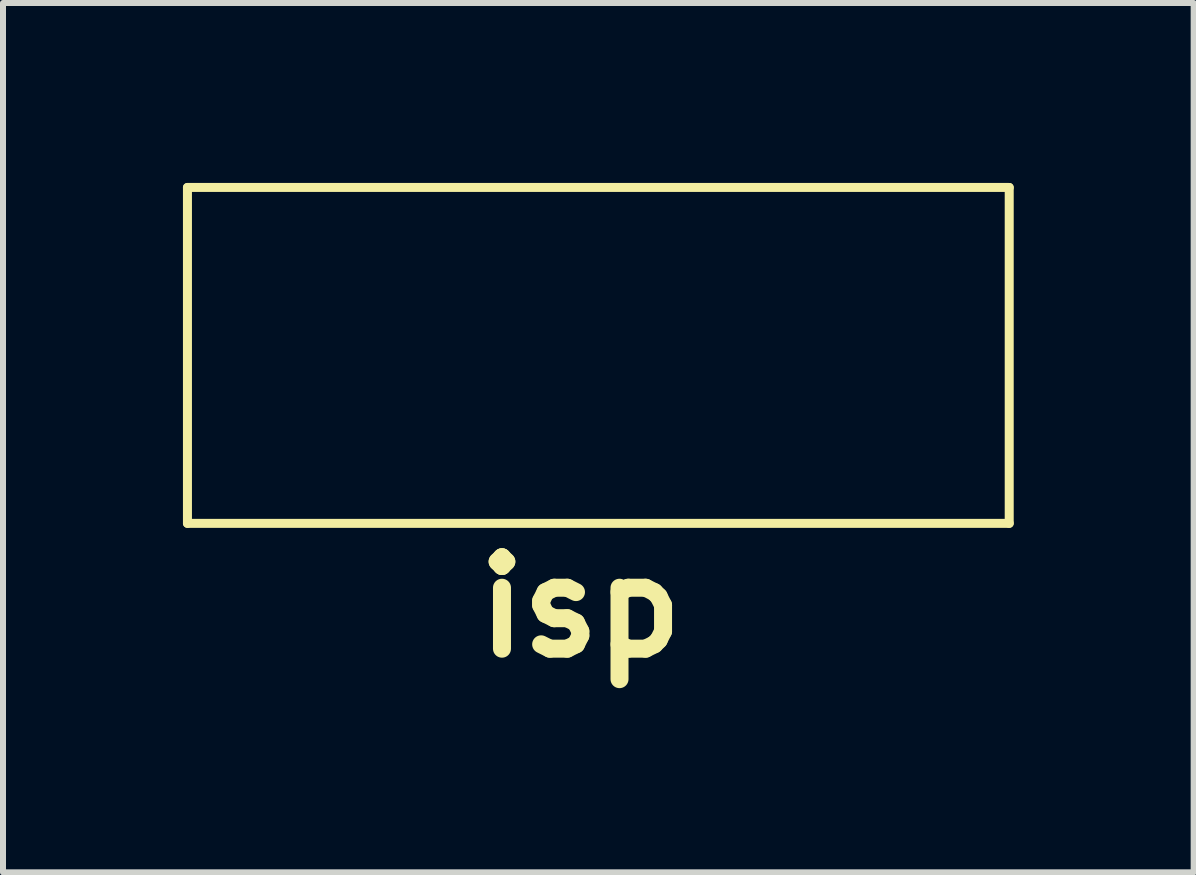
<source format=kicad_pcb>
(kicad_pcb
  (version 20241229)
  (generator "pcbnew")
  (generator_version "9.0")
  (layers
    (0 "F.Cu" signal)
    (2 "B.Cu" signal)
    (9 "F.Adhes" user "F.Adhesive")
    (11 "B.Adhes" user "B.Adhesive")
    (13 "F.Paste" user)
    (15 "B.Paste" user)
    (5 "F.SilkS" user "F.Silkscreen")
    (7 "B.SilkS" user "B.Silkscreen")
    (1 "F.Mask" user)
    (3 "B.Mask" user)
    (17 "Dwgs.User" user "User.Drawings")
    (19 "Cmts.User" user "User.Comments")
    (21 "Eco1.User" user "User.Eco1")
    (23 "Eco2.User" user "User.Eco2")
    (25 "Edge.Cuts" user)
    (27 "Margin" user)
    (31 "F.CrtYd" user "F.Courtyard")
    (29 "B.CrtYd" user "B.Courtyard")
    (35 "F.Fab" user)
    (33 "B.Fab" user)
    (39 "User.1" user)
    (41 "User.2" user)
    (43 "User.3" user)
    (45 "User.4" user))
  (footprint "isp"
    (layer "F.Cu")
    (at 6.575 3.525)
    (property "Reference" "isp" (at 0.05 3.55 0) (layer "F.SilkS") (effects (font (size 1.524 1.524) (thickness 0.3))))
    (attr through_hole)
    (fp_poly (pts (xy 1.48 -0.398) (xy 0.464 -0.398) (xy 0.464 -0.652) (xy 1.48 -0.652) (xy 1.48 -0.398)) (stroke (width 0.01) (type solid)) (fill yes) (layer "F.Mask"))
    (fp_poly (pts (xy 3.478 -2.572) (xy 2.462 -2.572) (xy 2.462 -2.826) (xy 3.478 -2.826) (xy 3.478 -2.572)) (stroke (width 0.01) (type solid)) (fill yes) (layer "F.Mask"))
    (fp_poly (pts (xy -3.046 -2.356) (xy -2.227 -2.356) (xy -2.227 -2.073) (xy -3.046 -2.073) (xy -3.046 -1.735) (xy -3.243 -1.735) (xy -3.243 -2.694) (xy -3.046 -2.694) (xy -3.046 -2.356)) (stroke (width 0.01) (type solid)) (fill yes) (layer "F.Mask"))
    (fp_poly (pts (xy 5.553 -1.395) (xy 5.21 -1.214) (xy 4.868 -1.034) (xy 5.21 -1.026) (xy 5.553 -1.018) (xy 5.553 -0.766) (xy 4.509 -0.766) (xy 4.51 -0.914) (xy 4.51 -1.063) (xy 4.855 -1.246) (xy 5.201 -1.429) (xy 4.855 -1.437) (xy 4.509 -1.445) (xy 4.509 -1.698) (xy 5.553 -1.698) (xy 5.553 -1.395)) (stroke (width 0.01) (type solid)) (fill yes) (layer "F.Mask"))
    (fp_poly (pts (xy -0.352 -2.49) (xy -0.555 -2.285) (xy -0.759 -2.08) (xy -0.352 -2.08) (xy -0.352 -1.826) (xy -1.396 -1.826) (xy -1.396 -2.08) (xy -1.016 -2.08) (xy -1.206 -2.271) (xy -1.294 -2.361) (xy -1.349 -2.424) (xy -1.38 -2.475) (xy -1.393 -2.527) (xy -1.396 -2.593) (xy -1.396 -2.617) (xy -1.396 -2.771) (xy -0.903 -2.278) (xy -0.352 -2.827) (xy -0.352 -2.49)) (stroke (width 0.01) (type solid)) (fill yes) (layer "F.Mask"))
    (fp_poly (pts (xy -5.06 -0.643) (xy -4.984 -0.617) (xy -4.872 -0.577) (xy -4.734 -0.527) (xy -4.59 -0.473) (xy -4.11 -0.295) (xy -4.102 -0.128) (xy -4.095 0.038) (xy -5.112 0.411) (xy -5.112 0.143) (xy -4.784 0.026) (xy -4.654 -0.021) (xy -4.541 -0.062) (xy -4.458 -0.095) (xy -4.415 -0.113) (xy -4.415 -0.113) (xy -4.419 -0.131) (xy -4.475 -0.163) (xy -4.583 -0.208) (xy -4.736 -0.263) (xy -5.098 -0.391) (xy -5.107 -0.522) (xy -5.107 -0.599) (xy -5.099 -0.646) (xy -5.093 -0.653) (xy -5.06 -0.643)) (stroke (width 0.01) (type solid)) (fill yes) (layer "F.Mask"))
    (fp_poly (pts (xy 3.478 0.164) (xy 2.786 0.18) (xy 3.026 0.281) (xy 3.139 0.33) (xy 3.209 0.365) (xy 3.247 0.395) (xy 3.263 0.428) (xy 3.266 0.472) (xy 3.266 0.478) (xy 3.264 0.524) (xy 3.25 0.558) (xy 3.214 0.588) (xy 3.147 0.622) (xy 3.039 0.669) (xy 3.03 0.673) (xy 2.795 0.773) (xy 3.478 0.789) (xy 3.478 1.041) (xy 2.462 1.041) (xy 2.462 0.709) (xy 2.737 0.595) (xy 3.012 0.481) (xy 2.885 0.426) (xy 2.782 0.381) (xy 2.663 0.33) (xy 2.61 0.308) (xy 2.462 0.244) (xy 2.462 -0.088) (xy 3.478 -0.088) (xy 3.478 0.164)) (stroke (width 0.01) (type solid)) (fill yes) (layer "F.Mask"))
    (fp_poly (pts (xy 1.48 0.136) (xy 1.139 0.144) (xy 0.797 0.152) (xy 1.033 0.252) (xy 1.144 0.3) (xy 1.214 0.335) (xy 1.251 0.365) (xy 1.266 0.398) (xy 1.269 0.443) (xy 1.269 0.448) (xy 1.267 0.495) (xy 1.253 0.529) (xy 1.219 0.559) (xy 1.154 0.592) (xy 1.048 0.637) (xy 1.029 0.645) (xy 0.789 0.745) (xy 1.135 0.752) (xy 1.48 0.76) (xy 1.48 1.013) (xy 0.464 1.013) (xy 0.464 0.682) (xy 0.718 0.575) (xy 0.827 0.528) (xy 0.912 0.487) (xy 0.963 0.458) (xy 0.972 0.448) (xy 0.948 0.429) (xy 0.883 0.395) (xy 0.787 0.351) (xy 0.718 0.321) (xy 0.464 0.215) (xy 0.464 -0.116) (xy 1.48 -0.116) (xy 1.48 0.136)) (stroke (width 0.01) (type solid)) (fill yes) (layer "F.Mask"))
    (fp_poly (pts (xy -4.902 -1.515) (xy -4.94 -1.37) (xy -4.929 -1.241) (xy -4.874 -1.136) (xy -4.777 -1.062) (xy -4.653 -1.028) (xy -4.503 -1.031) (xy -4.386 -1.078) (xy -4.307 -1.164) (xy -4.269 -1.288) (xy -4.266 -1.345) (xy -4.278 -1.441) (xy -4.309 -1.53) (xy -4.309 -1.53) (xy -4.352 -1.613) (xy -4.243 -1.613) (xy -4.171 -1.608) (xy -4.132 -1.584) (xy -4.107 -1.524) (xy -4.101 -1.504) (xy -4.068 -1.316) (xy -4.084 -1.145) (xy -4.143 -0.997) (xy -4.239 -0.877) (xy -4.367 -0.792) (xy -4.52 -0.747) (xy -4.695 -0.748) (xy -4.795 -0.77) (xy -4.917 -0.832) (xy -5.018 -0.938) (xy -5.091 -1.073) (xy -5.131 -1.227) (xy -5.13 -1.387) (xy -5.129 -1.393) (xy -5.104 -1.507) (xy -5.069 -1.575) (xy -5.016 -1.607) (xy -4.957 -1.613) (xy -4.861 -1.613) (xy -4.902 -1.515)) (stroke (width 0.01) (type solid)) (fill yes) (layer "F.Mask"))
    (fp_poly (pts (xy 5.229 -2.884) (xy 5.3 -2.848) (xy 5.397 -2.768) (xy 5.467 -2.676) (xy 5.514 -2.561) (xy 5.541 -2.412) (xy 5.551 -2.221) (xy 5.552 -2.17) (xy 5.553 -1.952) (xy 4.501 -1.952) (xy 4.517 -2.245) (xy 4.521 -2.293) (xy 4.714 -2.293) (xy 4.719 -2.237) (xy 4.722 -2.232) (xy 4.758 -2.22) (xy 4.842 -2.212) (xy 4.966 -2.21) (xy 5.041 -2.212) (xy 5.342 -2.22) (xy 5.339 -2.337) (xy 5.316 -2.471) (xy 5.25 -2.568) (xy 5.145 -2.625) (xy 5.138 -2.627) (xy 5.022 -2.64) (xy 4.909 -2.622) (xy 4.818 -2.576) (xy 4.78 -2.536) (xy 4.749 -2.465) (xy 4.725 -2.377) (xy 4.714 -2.293) (xy 4.521 -2.293) (xy 4.533 -2.432) (xy 4.559 -2.574) (xy 4.599 -2.68) (xy 4.654 -2.761) (xy 4.682 -2.789) (xy 4.799 -2.864) (xy 4.942 -2.906) (xy 5.091 -2.913) (xy 5.229 -2.884)) (stroke (width 0.01) (type solid)) (fill yes) (layer "F.Mask"))
    (fp_poly (pts (xy -4.179 -2.65) (xy -4.138 -2.617) (xy -4.109 -2.559) (xy -4.07 -2.402) (xy -4.077 -2.237) (xy -4.124 -2.08) (xy -4.209 -1.945) (xy -4.276 -1.882) (xy -4.4 -1.819) (xy -4.549 -1.789) (xy -4.705 -1.793) (xy -4.846 -1.834) (xy -4.846 -1.834) (xy -4.981 -1.926) (xy -5.076 -2.055) (xy -5.127 -2.214) (xy -5.132 -2.396) (xy -5.131 -2.409) (xy -5.11 -2.532) (xy -5.077 -2.609) (xy -5.026 -2.647) (xy -4.956 -2.657) (xy -4.891 -2.656) (xy -4.865 -2.644) (xy -4.871 -2.607) (xy -4.901 -2.534) (xy -4.939 -2.395) (xy -4.928 -2.272) (xy -4.903 -2.21) (xy -4.835 -2.128) (xy -4.729 -2.081) (xy -4.581 -2.064) (xy -4.573 -2.064) (xy -4.477 -2.07) (xy -4.41 -2.095) (xy -4.348 -2.147) (xy -4.283 -2.25) (xy -4.264 -2.379) (xy -4.293 -2.524) (xy -4.306 -2.559) (xy -4.347 -2.657) (xy -4.249 -2.657) (xy -4.179 -2.65)) (stroke (width 0.01) (type solid)) (fill yes) (layer "F.Mask"))
    (fp_poly (pts (xy -0.448 -1.594) (xy -0.408 -1.567) (xy -0.383 -1.511) (xy -0.353 -1.365) (xy -0.355 -1.203) (xy -0.386 -1.051) (xy -0.417 -0.978) (xy -0.51 -0.858) (xy -0.637 -0.775) (xy -0.787 -0.73) (xy -0.948 -0.729) (xy -1.108 -0.772) (xy -1.135 -0.785) (xy -1.263 -0.878) (xy -1.349 -1.007) (xy -1.391 -1.17) (xy -1.396 -1.253) (xy -1.391 -1.362) (xy -1.377 -1.462) (xy -1.365 -1.511) (xy -1.335 -1.572) (xy -1.29 -1.597) (xy -1.235 -1.6) (xy -1.17 -1.596) (xy -1.15 -1.578) (xy -1.156 -1.551) (xy -1.205 -1.386) (xy -1.207 -1.246) (xy -1.165 -1.135) (xy -1.08 -1.056) (xy -0.956 -1.014) (xy -0.872 -1.007) (xy -0.771 -1.013) (xy -0.7 -1.035) (xy -0.635 -1.082) (xy -0.632 -1.085) (xy -0.576 -1.145) (xy -0.55 -1.208) (xy -0.544 -1.297) (xy -0.554 -1.398) (xy -0.577 -1.491) (xy -0.587 -1.515) (xy -0.629 -1.6) (xy -0.521 -1.6) (xy -0.448 -1.594)) (stroke (width 0.01) (type solid)) (fill yes) (layer "F.Mask"))
    (fp_poly (pts (xy -2.227 -0.409) (xy -2.397 -0.323) (xy -2.519 -0.251) (xy -2.586 -0.183) (xy -2.596 -0.163) (xy -2.616 -0.091) (xy -2.603 -0.046) (xy -2.551 -0.022) (xy -2.452 -0.014) (xy -2.411 -0.013) (xy -2.227 -0.013) (xy -2.227 0.241) (xy -3.248 0.241) (xy -3.238 -0.081) (xy -3.237 -0.119) (xy -3.046 -0.119) (xy -3.046 -0.01) (xy -2.926 -0.019) (xy -2.849 -0.028) (xy -2.812 -0.05) (xy -2.798 -0.095) (xy -2.797 -0.103) (xy -2.804 -0.198) (xy -2.844 -0.266) (xy -2.907 -0.295) (xy -2.914 -0.295) (xy -2.99 -0.276) (xy -3.033 -0.216) (xy -3.046 -0.119) (xy -3.237 -0.119) (xy -3.233 -0.223) (xy -3.226 -0.32) (xy -3.215 -0.385) (xy -3.197 -0.43) (xy -3.17 -0.466) (xy -3.161 -0.477) (xy -3.068 -0.538) (xy -2.958 -0.554) (xy -2.849 -0.527) (xy -2.766 -0.467) (xy -2.715 -0.417) (xy -2.687 -0.404) (xy -2.664 -0.426) (xy -2.656 -0.439) (xy -2.615 -0.477) (xy -2.539 -0.528) (xy -2.442 -0.583) (xy -2.425 -0.592) (xy -2.227 -0.691) (xy -2.227 -0.409)) (stroke (width 0.01) (type solid)) (fill yes) (layer "F.Mask"))
    (fp_poly (pts (xy 1.165 -2.897) (xy 1.312 -2.831) (xy 1.422 -2.725) (xy 1.479 -2.619) (xy 1.502 -2.508) (xy 1.507 -2.374) (xy 1.492 -2.243) (xy 1.47 -2.168) (xy 1.386 -2.039) (xy 1.264 -1.943) (xy 1.116 -1.886) (xy 0.952 -1.871) (xy 0.783 -1.901) (xy 0.766 -1.907) (xy 0.627 -1.977) (xy 0.531 -2.078) (xy 0.474 -2.213) (xy 0.454 -2.388) (xy 0.453 -2.406) (xy 0.455 -2.443) (xy 0.643 -2.443) (xy 0.645 -2.345) (xy 0.694 -2.254) (xy 0.754 -2.202) (xy 0.861 -2.162) (xy 0.987 -2.151) (xy 1.113 -2.168) (xy 1.216 -2.213) (xy 1.24 -2.233) (xy 1.3 -2.323) (xy 1.312 -2.427) (xy 1.278 -2.526) (xy 1.241 -2.571) (xy 1.148 -2.625) (xy 1.027 -2.65) (xy 0.898 -2.646) (xy 0.782 -2.611) (xy 0.777 -2.608) (xy 0.687 -2.535) (xy 0.643 -2.443) (xy 0.455 -2.443) (xy 0.457 -2.521) (xy 0.474 -2.604) (xy 0.509 -2.677) (xy 0.527 -2.705) (xy 0.633 -2.821) (xy 0.771 -2.892) (xy 0.943 -2.92) (xy 0.987 -2.921) (xy 1.165 -2.897)) (stroke (width 0.01) (type solid)) (fill yes) (layer "F.Mask"))
    (fp_poly (pts (xy 3.219 -1.305) (xy 3.349 -1.218) (xy 3.443 -1.094) (xy 3.496 -0.937) (xy 3.506 -0.825) (xy 3.484 -0.645) (xy 3.419 -0.501) (xy 3.309 -0.391) (xy 3.249 -0.355) (xy 3.145 -0.32) (xy 3.014 -0.302) (xy 2.884 -0.302) (xy 2.804 -0.317) (xy 2.65 -0.385) (xy 2.542 -0.486) (xy 2.475 -0.622) (xy 2.453 -0.776) (xy 2.636 -0.776) (xy 2.68 -0.682) (xy 2.773 -0.611) (xy 2.781 -0.607) (xy 2.889 -0.579) (xy 3.013 -0.578) (xy 3.133 -0.6) (xy 3.226 -0.643) (xy 3.241 -0.656) (xy 3.298 -0.744) (xy 3.309 -0.847) (xy 3.274 -0.946) (xy 3.236 -0.993) (xy 3.188 -1.031) (xy 3.133 -1.051) (xy 3.054 -1.06) (xy 2.965 -1.062) (xy 2.858 -1.06) (xy 2.791 -1.05) (xy 2.745 -1.028) (xy 2.705 -0.989) (xy 2.699 -0.982) (xy 2.641 -0.879) (xy 2.636 -0.776) (xy 2.453 -0.776) (xy 2.45 -0.796) (xy 2.449 -0.82) (xy 2.47 -1.001) (xy 2.534 -1.147) (xy 2.639 -1.256) (xy 2.786 -1.326) (xy 2.879 -1.347) (xy 3.061 -1.35) (xy 3.219 -1.305)) (stroke (width 0.01) (type solid)) (fill yes) (layer "F.Mask"))
    (fp_poly (pts (xy -2.393 -1.598) (xy -2.298 -1.53) (xy -2.235 -1.421) (xy -2.207 -1.272) (xy -2.215 -1.088) (xy -2.227 -1.015) (xy -2.262 -0.832) (xy -2.371 -0.832) (xy -2.441 -0.834) (xy -2.479 -0.84) (xy -2.481 -0.842) (xy -2.473 -0.873) (xy -2.451 -0.938) (xy -2.439 -0.973) (xy -2.403 -1.112) (xy -2.398 -1.228) (xy -2.422 -1.313) (xy -2.475 -1.361) (xy -2.514 -1.368) (xy -2.556 -1.355) (xy -2.59 -1.312) (xy -2.621 -1.229) (xy -2.649 -1.122) (xy -2.696 -0.982) (xy -2.763 -0.891) (xy -2.856 -0.843) (xy -2.957 -0.832) (xy -3.048 -0.837) (xy -3.108 -0.858) (xy -3.16 -0.907) (xy -3.169 -0.917) (xy -3.239 -1.039) (xy -3.268 -1.189) (xy -3.26 -1.341) (xy -3.242 -1.453) (xy -3.223 -1.52) (xy -3.192 -1.553) (xy -3.144 -1.564) (xy -3.11 -1.565) (xy -3.045 -1.562) (xy -3.023 -1.543) (xy -3.031 -1.502) (xy -3.045 -1.438) (xy -3.059 -1.344) (xy -3.065 -1.282) (xy -3.07 -1.184) (xy -3.06 -1.124) (xy -3.033 -1.087) (xy -3.032 -1.086) (xy -2.977 -1.062) (xy -2.928 -1.089) (xy -2.884 -1.168) (xy -2.844 -1.3) (xy -2.796 -1.446) (xy -2.736 -1.544) (xy -2.655 -1.6) (xy -2.548 -1.621) (xy -2.52 -1.622) (xy -2.393 -1.598)) (stroke (width 0.01) (type solid)) (fill yes) (layer "F.Mask"))
    (fp_poly (pts (xy -0.533 -0.515) (xy -0.437 -0.446) (xy -0.407 -0.406) (xy -0.372 -0.313) (xy -0.354 -0.185) (xy -0.352 -0.041) (xy -0.368 0.1) (xy -0.381 0.157) (xy -0.405 0.225) (xy -0.437 0.255) (xy -0.5 0.262) (xy -0.525 0.263) (xy -0.597 0.259) (xy -0.624 0.245) (xy -0.619 0.214) (xy -0.619 0.213) (xy -0.581 0.106) (xy -0.553 -0.01) (xy -0.539 -0.112) (xy -0.541 -0.169) (xy -0.573 -0.255) (xy -0.62 -0.292) (xy -0.673 -0.283) (xy -0.724 -0.23) (xy -0.764 -0.135) (xy -0.772 -0.103) (xy -0.818 0.057) (xy -0.878 0.167) (xy -0.957 0.233) (xy -1.062 0.26) (xy -1.108 0.262) (xy -1.194 0.247) (xy -1.252 0.223) (xy -1.323 0.165) (xy -1.369 0.079) (xy -1.391 -0.045) (xy -1.394 -0.147) (xy -1.393 -0.287) (xy -1.384 -0.38) (xy -1.364 -0.435) (xy -1.329 -0.462) (xy -1.274 -0.471) (xy -1.256 -0.471) (xy -1.152 -0.471) (xy -1.191 -0.309) (xy -1.212 -0.175) (xy -1.204 -0.073) (xy -1.168 -0.01) (xy -1.115 0.009) (xy -1.063 -0.009) (xy -1.024 -0.065) (xy -0.995 -0.169) (xy -0.987 -0.209) (xy -0.948 -0.341) (xy -0.88 -0.45) (xy -0.796 -0.522) (xy -0.764 -0.536) (xy -0.649 -0.547) (xy -0.533 -0.515)) (stroke (width 0.01) (type solid)) (fill yes) (layer "F.Mask"))
    (fp_poly (pts (xy 5.236 -0.534) (xy 5.483 -0.526) (xy 5.519 -0.414) (xy 5.539 -0.325) (xy 5.552 -0.208) (xy 5.557 -0.11) (xy 5.552 0.012) (xy 5.534 0.102) (xy 5.497 0.186) (xy 5.485 0.206) (xy 5.385 0.324) (xy 5.25 0.404) (xy 5.092 0.443) (xy 4.92 0.437) (xy 4.837 0.418) (xy 4.734 0.365) (xy 4.635 0.276) (xy 4.56 0.171) (xy 4.548 0.145) (xy 4.522 0.045) (xy 4.511 -0.087) (xy 4.514 -0.226) (xy 4.531 -0.351) (xy 4.55 -0.414) (xy 4.586 -0.481) (xy 4.632 -0.508) (xy 4.68 -0.512) (xy 4.74 -0.508) (xy 4.758 -0.486) (xy 4.749 -0.449) (xy 4.737 -0.388) (xy 4.724 -0.293) (xy 4.715 -0.196) (xy 4.709 -0.093) (xy 4.713 -0.028) (xy 4.732 0.019) (xy 4.771 0.065) (xy 4.786 0.079) (xy 4.845 0.131) (xy 4.905 0.156) (xy 4.989 0.165) (xy 5.027 0.165) (xy 5.171 0.144) (xy 5.282 0.085) (xy 5.352 -0.01) (xy 5.372 -0.074) (xy 5.381 -0.184) (xy 5.356 -0.253) (xy 5.294 -0.283) (xy 5.255 -0.286) (xy 5.19 -0.281) (xy 5.163 -0.257) (xy 5.158 -0.202) (xy 5.151 -0.142) (xy 5.118 -0.12) (xy 5.074 -0.117) (xy 4.989 -0.117) (xy 4.989 -0.543) (xy 5.236 -0.534)) (stroke (width 0.01) (type solid)) (fill yes) (layer "F.Mask"))
    (fp_poly (pts (xy 3.295 -2.317) (xy 3.393 -2.261) (xy 3.462 -2.171) (xy 3.465 -2.164) (xy 3.492 -2.055) (xy 3.503 -1.917) (xy 3.496 -1.773) (xy 3.472 -1.65) (xy 3.469 -1.64) (xy 3.439 -1.573) (xy 3.394 -1.543) (xy 3.33 -1.533) (xy 3.262 -1.53) (xy 3.226 -1.534) (xy 3.224 -1.536) (xy 3.232 -1.568) (xy 3.254 -1.634) (xy 3.266 -1.668) (xy 3.301 -1.803) (xy 3.309 -1.922) (xy 3.29 -2.014) (xy 3.247 -2.066) (xy 3.186 -2.077) (xy 3.134 -2.035) (xy 3.089 -1.941) (xy 3.058 -1.828) (xy 3.006 -1.69) (xy 2.927 -1.591) (xy 2.826 -1.536) (xy 2.713 -1.528) (xy 2.61 -1.565) (xy 2.524 -1.632) (xy 2.473 -1.724) (xy 2.45 -1.853) (xy 2.449 -1.922) (xy 2.452 -2.068) (xy 2.465 -2.165) (xy 2.489 -2.224) (xy 2.53 -2.253) (xy 2.59 -2.261) (xy 2.593 -2.261) (xy 2.659 -2.257) (xy 2.682 -2.239) (xy 2.677 -2.198) (xy 2.646 -2.053) (xy 2.635 -1.927) (xy 2.643 -1.851) (xy 2.668 -1.798) (xy 2.717 -1.785) (xy 2.737 -1.787) (xy 2.778 -1.797) (xy 2.808 -1.823) (xy 2.832 -1.879) (xy 2.86 -1.975) (xy 2.865 -1.993) (xy 2.899 -2.101) (xy 2.939 -2.195) (xy 2.976 -2.253) (xy 3.07 -2.316) (xy 3.182 -2.337) (xy 3.295 -2.317)) (stroke (width 0.01) (type solid)) (fill yes) (layer "F.Mask"))
    (fp_poly (pts (xy 1.284 -1.682) (xy 1.392 -1.622) (xy 1.454 -1.549) (xy 1.484 -1.493) (xy 1.5 -1.433) (xy 1.504 -1.351) (xy 1.499 -1.231) (xy 1.489 -1.091) (xy 1.476 -0.999) (xy 1.455 -0.943) (xy 1.42 -0.916) (xy 1.368 -0.907) (xy 1.338 -0.906) (xy 1.229 -0.906) (xy 1.27 -1.023) (xy 1.302 -1.147) (xy 1.311 -1.261) (xy 1.297 -1.354) (xy 1.264 -1.416) (xy 1.213 -1.439) (xy 1.184 -1.433) (xy 1.143 -1.399) (xy 1.106 -1.328) (xy 1.068 -1.211) (xy 1.057 -1.168) (xy 1.023 -1.074) (xy 0.976 -0.991) (xy 0.964 -0.976) (xy 0.878 -0.915) (xy 0.77 -0.888) (xy 0.663 -0.901) (xy 0.636 -0.913) (xy 0.533 -0.995) (xy 0.473 -1.11) (xy 0.452 -1.263) (xy 0.452 -1.267) (xy 0.455 -1.38) (xy 0.466 -1.487) (xy 0.473 -1.534) (xy 0.492 -1.604) (xy 0.523 -1.633) (xy 0.585 -1.64) (xy 0.596 -1.64) (xy 0.663 -1.637) (xy 0.686 -1.618) (xy 0.681 -1.566) (xy 0.677 -1.548) (xy 0.648 -1.375) (xy 0.644 -1.249) (xy 0.668 -1.171) (xy 0.719 -1.138) (xy 0.756 -1.138) (xy 0.792 -1.153) (xy 0.821 -1.193) (xy 0.848 -1.272) (xy 0.863 -1.33) (xy 0.896 -1.457) (xy 0.924 -1.541) (xy 0.951 -1.594) (xy 0.986 -1.628) (xy 1.031 -1.655) (xy 1.16 -1.695) (xy 1.284 -1.682)) (stroke (width 0.01) (type solid)) (fill yes) (layer "F.Mask"))
    (fp_line (start -6.5 -3.45) (end 7.2 -3.45) (stroke (width 0.15) (type solid)) (layer "F.SilkS"))
    (fp_line (start -6.5 2.15) (end -6.5 -3.45) (stroke (width 0.15) (type solid)) (layer "F.SilkS"))
    (fp_line (start 7.2 -3.45) (end 7.2 2.15) (stroke (width 0.15) (type solid)) (layer "F.SilkS"))
    (fp_line (start 7.2 2.15) (end -6.5 2.15) (stroke (width 0.15) (type solid)) (layer "F.SilkS")))
  (gr_rect
    (start -3 -3)
    (end 16.85 11.493)
    (stroke (width 0.1) (type default))
    (fill no)
    (layer "Edge.Cuts")))
</source>
